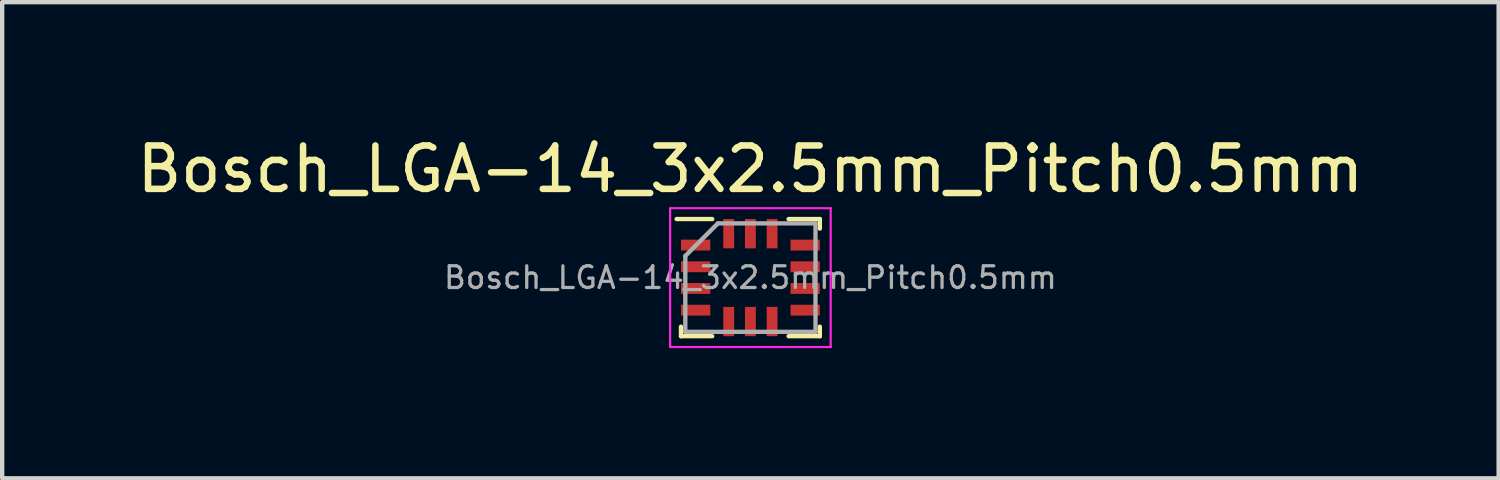
<source format=kicad_pcb>
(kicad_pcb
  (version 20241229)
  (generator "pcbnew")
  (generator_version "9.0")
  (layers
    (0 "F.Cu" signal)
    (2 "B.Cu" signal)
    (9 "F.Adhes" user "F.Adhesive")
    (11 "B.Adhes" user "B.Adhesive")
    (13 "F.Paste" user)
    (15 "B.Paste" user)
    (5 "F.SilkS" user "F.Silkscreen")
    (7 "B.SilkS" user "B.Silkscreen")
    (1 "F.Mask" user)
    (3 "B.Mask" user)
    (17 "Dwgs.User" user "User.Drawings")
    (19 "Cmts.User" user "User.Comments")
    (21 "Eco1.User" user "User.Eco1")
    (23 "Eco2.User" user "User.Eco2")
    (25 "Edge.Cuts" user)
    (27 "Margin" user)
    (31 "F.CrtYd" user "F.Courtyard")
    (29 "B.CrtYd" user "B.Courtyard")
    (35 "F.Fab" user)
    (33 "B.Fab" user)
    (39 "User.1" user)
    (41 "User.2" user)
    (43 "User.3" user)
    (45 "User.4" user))
  (footprint "Bosch_LGA-14_3x2.5mm_Pitch0.5mm"
    (layer "F.Cu")
    (at 14.244 3.348)
    (property "Reference" "Bosch_LGA-14_3x2.5mm_Pitch0.5mm" (at 0 -2.5 0) (layer "F.SilkS") (effects (font (size 1 1) (thickness 0.15))))
    (attr smd)
    (fp_line (start -1.7 -1.35) (end -0.88 -1.35) (stroke (width 0.1) (type solid)) (layer "F.SilkS"))
    (fp_line (start -1.6 1.35) (end -1.6 1.13) (stroke (width 0.1) (type solid)) (layer "F.SilkS"))
    (fp_line (start -1.6 1.35) (end -0.88 1.35) (stroke (width 0.1) (type solid)) (layer "F.SilkS"))
    (fp_line (start 0.88 -1.35) (end 1.6 -1.35) (stroke (width 0.1) (type solid)) (layer "F.SilkS"))
    (fp_line (start 1.6 -1.35) (end 1.6 -1.13) (stroke (width 0.1) (type solid)) (layer "F.SilkS"))
    (fp_line (start 1.6 1.13) (end 1.6 1.35) (stroke (width 0.1) (type solid)) (layer "F.SilkS"))
    (fp_line (start 1.6 1.35) (end 0.88 1.35) (stroke (width 0.1) (type solid)) (layer "F.SilkS"))
    (fp_line (start -1.85 -1.6) (end 1.85 -1.6) (stroke (width 0.05) (type solid)) (layer "F.CrtYd"))
    (fp_line (start -1.85 1.6) (end -1.85 -1.6) (stroke (width 0.05) (type solid)) (layer "F.CrtYd"))
    (fp_line (start 1.85 -1.6) (end 1.85 1.6) (stroke (width 0.05) (type solid)) (layer "F.CrtYd"))
    (fp_line (start 1.85 1.6) (end -1.85 1.6) (stroke (width 0.05) (type solid)) (layer "F.CrtYd"))
    (fp_line (start -1.5 1.25) (end -1.5 -0.5) (stroke (width 0.1) (type solid)) (layer "F.Fab"))
    (fp_line (start -0.75 -1.25) (end -1.5 -0.5) (stroke (width 0.1) (type solid)) (layer "F.Fab"))
    (fp_line (start -0.75 -1.25) (end 1.5 -1.25) (stroke (width 0.1) (type solid)) (layer "F.Fab"))
    (fp_line (start 1.5 -1.25) (end 1.5 1.25) (stroke (width 0.1) (type solid)) (layer "F.Fab"))
    (fp_line (start 1.5 1.25) (end -1.5 1.25) (stroke (width 0.1) (type solid)) (layer "F.Fab"))
    (fp_text user "${REFERENCE}" (at 0 0 0) (layer "F.Fab") (effects (font (size 0.5 0.5) (thickness 0.075))))
    (pad "1" smd rect (at -1.262 -0.75) (size 0.675 0.25) (layers "F.Cu" "F.Mask" "F.Paste"))
    (pad "2" smd rect (at -1.262 -0.25) (size 0.675 0.25) (layers "F.Cu" "F.Mask" "F.Paste"))
    (pad "3" smd rect (at -1.262 0.25) (size 0.675 0.25) (layers "F.Cu" "F.Mask" "F.Paste"))
    (pad "4" smd rect (at -1.262 0.75) (size 0.675 0.25) (layers "F.Cu" "F.Mask" "F.Paste"))
    (pad "5" smd rect (at -0.5 1.012) (size 0.25 0.675) (layers "F.Cu" "F.Mask" "F.Paste"))
    (pad "6" smd rect (at 0 1.012) (size 0.25 0.675) (layers "F.Cu" "F.Mask" "F.Paste"))
    (pad "7" smd rect (at 0.5 1.012) (size 0.25 0.675) (layers "F.Cu" "F.Mask" "F.Paste"))
    (pad "8" smd rect (at 1.262 0.75) (size 0.675 0.25) (layers "F.Cu" "F.Mask" "F.Paste"))
    (pad "9" smd rect (at 1.262 0.25) (size 0.675 0.25) (layers "F.Cu" "F.Mask" "F.Paste"))
    (pad "10" smd rect (at 1.262 -0.25) (size 0.675 0.25) (layers "F.Cu" "F.Mask" "F.Paste"))
    (pad "11" smd rect (at 1.262 -0.75) (size 0.675 0.25) (layers "F.Cu" "F.Mask" "F.Paste"))
    (pad "12" smd rect (at 0.5 -1.012) (size 0.25 0.675) (layers "F.Cu" "F.Mask" "F.Paste"))
    (pad "13" smd rect (at 0 -1.012) (size 0.25 0.675) (layers "F.Cu" "F.Mask" "F.Paste"))
    (pad "14" smd rect (at -0.5 -1.012) (size 0.25 0.675) (layers "F.Cu" "F.Mask" "F.Paste")))
  (gr_rect
    (start -3 -3)
    (end 31.488 7.973)
    (stroke (width 0.1) (type default))
    (fill no)
    (layer "Edge.Cuts")))
</source>
